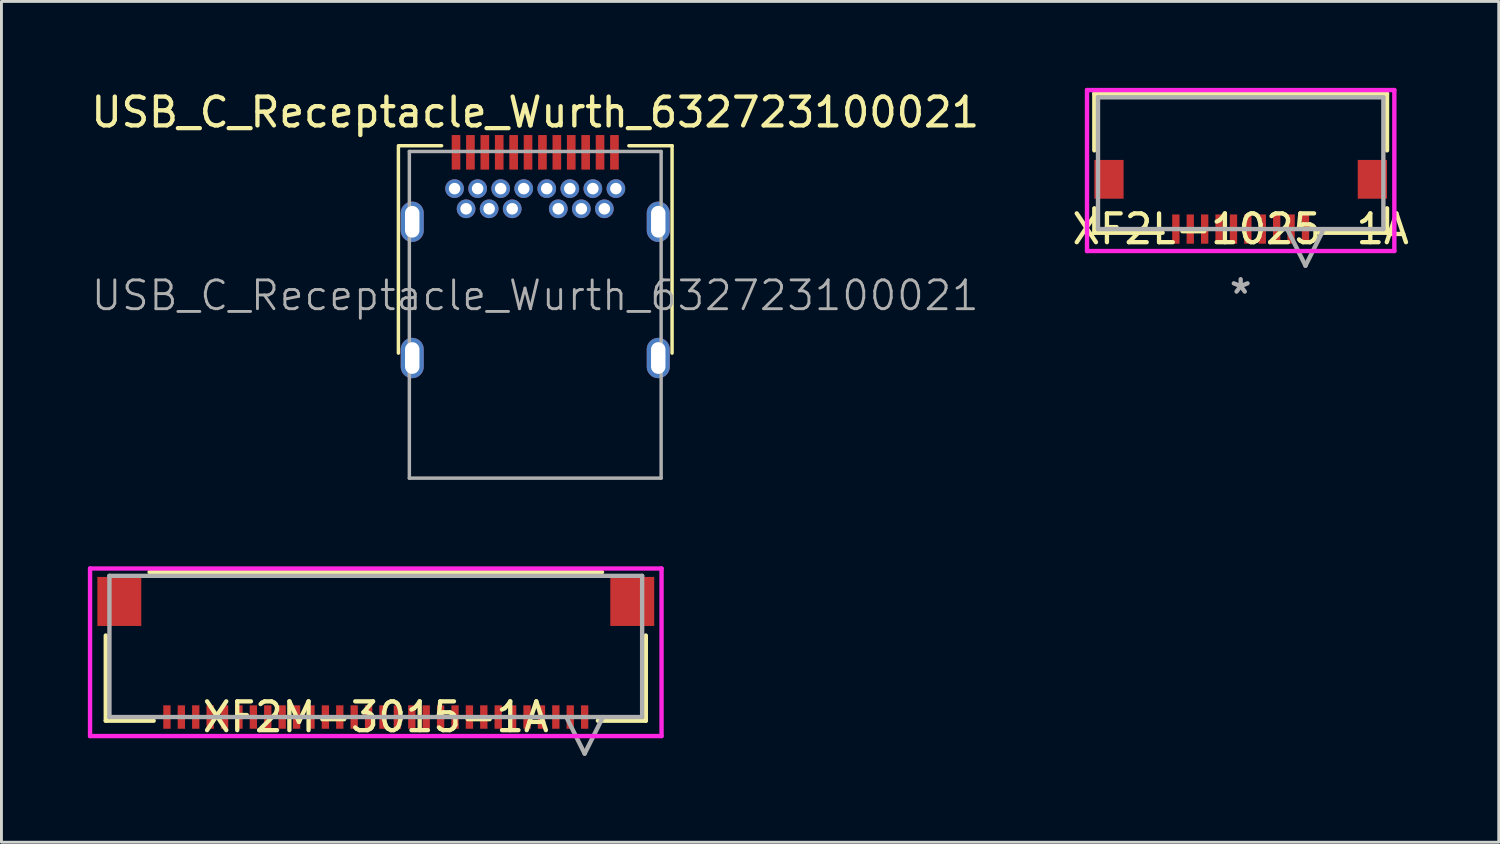
<source format=kicad_pcb>
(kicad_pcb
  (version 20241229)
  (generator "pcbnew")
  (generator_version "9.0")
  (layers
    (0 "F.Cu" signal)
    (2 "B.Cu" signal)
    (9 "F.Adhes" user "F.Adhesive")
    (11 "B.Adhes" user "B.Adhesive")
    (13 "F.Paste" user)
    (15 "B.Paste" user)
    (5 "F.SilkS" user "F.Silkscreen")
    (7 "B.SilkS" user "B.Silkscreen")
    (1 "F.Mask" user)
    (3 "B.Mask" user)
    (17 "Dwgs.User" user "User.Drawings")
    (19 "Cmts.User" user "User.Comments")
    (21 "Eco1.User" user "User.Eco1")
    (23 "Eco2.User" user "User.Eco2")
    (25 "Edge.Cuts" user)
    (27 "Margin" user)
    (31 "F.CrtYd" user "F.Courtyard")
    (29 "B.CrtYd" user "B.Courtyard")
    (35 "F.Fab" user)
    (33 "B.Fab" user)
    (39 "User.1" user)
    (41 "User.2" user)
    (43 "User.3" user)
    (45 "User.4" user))
  (footprint "XF2L-1025-1A"
    (layer "F.Cu")
    (at 40.018 3.378)
    (property "Reference" "XF2L-1025-1A" (at 0 1.524 0) (layer "F.SilkS") (effects (font (size 1 1) (thickness 0.15))))
    (attr through_hole)
    (fp_line (start -5.08 -3.175) (end -5.08 -1.209) (stroke (width 0.152) (type solid)) (layer "F.SilkS"))
    (fp_line (start -5.08 0.803) (end -5.08 1.651) (stroke (width 0.152) (type solid)) (layer "F.SilkS"))
    (fp_line (start -5.08 1.651) (end -2.71 1.651) (stroke (width 0.152) (type solid)) (layer "F.SilkS"))
    (fp_line (start 2.71 1.651) (end 5.08 1.651) (stroke (width 0.152) (type solid)) (layer "F.SilkS"))
    (fp_line (start 5.08 -3.175) (end -5.08 -3.175) (stroke (width 0.152) (type solid)) (layer "F.SilkS"))
    (fp_line (start 5.08 -1.209) (end 5.08 -3.175) (stroke (width 0.152) (type solid)) (layer "F.SilkS"))
    (fp_line (start 5.08 1.651) (end 5.08 0.803) (stroke (width 0.152) (type solid)) (layer "F.SilkS"))
    (fp_line (start -5.334 -3.302) (end -5.334 2.286) (stroke (width 0.152) (type solid)) (layer "F.CrtYd"))
    (fp_line (start -5.334 2.286) (end 5.334 2.286) (stroke (width 0.152) (type solid)) (layer "F.CrtYd"))
    (fp_line (start 5.334 -3.302) (end -5.334 -3.302) (stroke (width 0.152) (type solid)) (layer "F.CrtYd"))
    (fp_line (start 5.334 2.286) (end 5.334 -3.302) (stroke (width 0.152) (type solid)) (layer "F.CrtYd"))
    (fp_line (start -4.953 -3.048) (end -4.953 1.524) (stroke (width 0.152) (type solid)) (layer "F.Fab"))
    (fp_line (start -4.953 1.524) (end 4.953 1.524) (stroke (width 0.152) (type solid)) (layer "F.Fab"))
    (fp_line (start 1.615 1.524) (end 2.25 2.794) (stroke (width 0.152) (type solid)) (layer "F.Fab"))
    (fp_line (start 2.885 1.524) (end 2.25 2.794) (stroke (width 0.152) (type solid)) (layer "F.Fab"))
    (fp_line (start 4.953 -3.048) (end -4.953 -3.048) (stroke (width 0.152) (type solid)) (layer "F.Fab"))
    (fp_line (start 4.953 1.524) (end 4.953 -3.048) (stroke (width 0.152) (type solid)) (layer "F.Fab"))
    (fp_text user "*" (at 0 3.81 0) (layer "F.Fab") (effects (font (size 1 1) (thickness 0.15))))
    (pad "1" smd rect (at 2.25 1.524 90) (size 1.016 0.254) (layers "F.Cu" "F.Mask" "F.Paste"))
    (pad "2" smd rect (at 1.75 1.524 90) (size 1.016 0.254) (layers "F.Cu" "F.Mask" "F.Paste"))
    (pad "3" smd rect (at 1.25 1.524 90) (size 1.016 0.254) (layers "F.Cu" "F.Mask" "F.Paste"))
    (pad "4" smd rect (at 0.75 1.524 90) (size 1.016 0.254) (layers "F.Cu" "F.Mask" "F.Paste"))
    (pad "5" smd rect (at 0.25 1.524 90) (size 1.016 0.254) (layers "F.Cu" "F.Mask" "F.Paste"))
    (pad "6" smd rect (at -0.25 1.524 90) (size 1.016 0.254) (layers "F.Cu" "F.Mask" "F.Paste"))
    (pad "7" smd rect (at -0.75 1.524 90) (size 1.016 0.254) (layers "F.Cu" "F.Mask" "F.Paste"))
    (pad "8" smd rect (at -1.25 1.524 90) (size 1.016 0.254) (layers "F.Cu" "F.Mask" "F.Paste"))
    (pad "9" smd rect (at -1.75 1.524 90) (size 1.016 0.254) (layers "F.Cu" "F.Mask" "F.Paste"))
    (pad "10" smd rect (at -2.25 1.524 90) (size 1.016 0.254) (layers "F.Cu" "F.Mask" "F.Paste"))
    (pad "11" smd rect (at -4.572 -0.203) (size 1.016 1.346) (layers "F.Cu" "F.Mask" "F.Paste"))
    (pad "12" smd rect (at 4.572 -0.203) (size 1.016 1.346) (layers "F.Cu" "F.Mask" "F.Paste")))
  (footprint "USB_C_Receptacle_Wurth_632723100021"
    (layer "F.Cu")
    (at 15.53 7.208)
    (property "Reference" "USB_C_Receptacle_Wurth_632723100021" (at 0 -6.36 0) (layer "F.SilkS") (effects (font (size 1 1) (thickness 0.15))))
    (attr smd)
    (fp_line (start -4.75 -5.2) (end -3.25 -5.2) (stroke (width 0.12) (type solid)) (layer "F.SilkS"))
    (fp_line (start -4.75 -5.15) (end -4.75 2) (stroke (width 0.12) (type solid)) (layer "F.SilkS"))
    (fp_line (start 3.25 -5.2) (end 4.75 -5.2) (stroke (width 0.12) (type solid)) (layer "F.SilkS"))
    (fp_line (start 4.75 -5.2) (end 4.75 2) (stroke (width 0.12) (type solid)) (layer "F.SilkS"))
    (fp_line (start -4.37 -5) (end -4.37 6.34) (stroke (width 0.12) (type solid)) (layer "F.Fab"))
    (fp_line (start -4.37 -5) (end 4.37 -5) (stroke (width 0.12) (type solid)) (layer "F.Fab"))
    (fp_line (start -4.37 6.34) (end 4.37 6.34) (stroke (width 0.12) (type solid)) (layer "F.Fab"))
    (fp_line (start 4.37 6.34) (end 4.37 -5) (stroke (width 0.12) (type solid)) (layer "F.Fab"))
    (fp_text user "${REFERENCE}" (at 0 0 0) (layer "F.Fab") (effects (font (size 1 1) (thickness 0.1))))
    (pad "" thru_hole circle (at -2 -3.71) (size 0.65 0.65) (drill 0.4) (layers "*.Cu" "*.Mask"))
    (pad "" thru_hole circle (at 2 -3.71) (size 0.65 0.65) (drill 0.4) (layers "*.Cu" "*.Mask"))
    (pad "A1" smd rect (at -2.75 -4.97) (size 0.3 1.2) (layers "F.Cu" "F.Mask" "F.Paste"))
    (pad "A2" smd rect (at -2.25 -4.97) (size 0.3 1.2) (layers "F.Cu" "F.Mask" "F.Paste"))
    (pad "A3" smd rect (at -1.75 -4.97) (size 0.3 1.2) (layers "F.Cu" "F.Mask" "F.Paste"))
    (pad "A4" smd rect (at -1.25 -4.97) (size 0.3 1.2) (layers "F.Cu" "F.Mask" "F.Paste"))
    (pad "A5" smd rect (at -0.75 -4.97) (size 0.3 1.2) (layers "F.Cu" "F.Mask" "F.Paste"))
    (pad "A6" smd rect (at -0.25 -4.97) (size 0.3 1.2) (layers "F.Cu" "F.Mask" "F.Paste"))
    (pad "A7" smd rect (at 0.25 -4.97) (size 0.3 1.2) (layers "F.Cu" "F.Mask" "F.Paste"))
    (pad "A8" smd rect (at 0.75 -4.97) (size 0.3 1.2) (layers "F.Cu" "F.Mask" "F.Paste"))
    (pad "A9" smd rect (at 1.25 -4.97) (size 0.3 1.2) (layers "F.Cu" "F.Mask" "F.Paste"))
    (pad "A10" smd rect (at 1.75 -4.97) (size 0.3 1.2) (layers "F.Cu" "F.Mask" "F.Paste"))
    (pad "A11" smd rect (at 2.25 -4.97) (size 0.3 1.2) (layers "F.Cu" "F.Mask" "F.Paste"))
    (pad "A12" smd rect (at 2.75 -4.97) (size 0.3 1.2) (layers "F.Cu" "F.Mask" "F.Paste"))
    (pad "B1" thru_hole circle (at 2.8 -3.71) (size 0.65 0.65) (drill 0.4) (layers "*.Cu" "*.Mask"))
    (pad "B2" thru_hole circle (at 2.4 -3.01) (size 0.65 0.65) (drill 0.4) (layers "*.Cu" "*.Mask"))
    (pad "B3" thru_hole circle (at 1.6 -3.01) (size 0.65 0.65) (drill 0.4) (layers "*.Cu" "*.Mask"))
    (pad "B4" thru_hole circle (at 1.2 -3.71) (size 0.65 0.65) (drill 0.4) (layers "*.Cu" "*.Mask"))
    (pad "B5" thru_hole circle (at 0.8 -3.01) (size 0.65 0.65) (drill 0.4) (layers "*.Cu" "*.Mask"))
    (pad "B6" thru_hole circle (at 0.4 -3.71) (size 0.65 0.65) (drill 0.4) (layers "*.Cu" "*.Mask"))
    (pad "B7" thru_hole circle (at -0.4 -3.71) (size 0.65 0.65) (drill 0.4) (layers "*.Cu" "*.Mask"))
    (pad "B8" thru_hole circle (at -0.8 -3.01) (size 0.65 0.65) (drill 0.4) (layers "*.Cu" "*.Mask"))
    (pad "B9" thru_hole circle (at -1.2 -3.71) (size 0.65 0.65) (drill 0.4) (layers "*.Cu" "*.Mask"))
    (pad "B10" thru_hole circle (at -1.6 -3.01) (size 0.65 0.65) (drill 0.4) (layers "*.Cu" "*.Mask"))
    (pad "B11" thru_hole circle (at -2.4 -3.01) (size 0.65 0.65) (drill 0.4) (layers "*.Cu" "*.Mask"))
    (pad "B12" thru_hole circle (at -2.8 -3.71) (size 0.65 0.65) (drill 0.4) (layers "*.Cu" "*.Mask"))
    (pad "S1" thru_hole oval (at -4.27 -2.56) (size 0.8 1.4) (drill oval 0.5 1.1) (layers "*.Cu" "*.Mask"))
    (pad "S1" thru_hole oval (at -4.27 2.17) (size 0.8 1.4) (drill oval 0.5 1.1) (layers "*.Cu" "*.Mask"))
    (pad "S1" thru_hole oval (at 4.27 -2.56) (size 0.8 1.4) (drill oval 0.5 1.1) (layers "*.Cu" "*.Mask"))
    (pad "S1" thru_hole oval (at 4.27 2.17) (size 0.8 1.4) (drill oval 0.5 1.1) (layers "*.Cu" "*.Mask")))
  (footprint "XF2M-3015-1A"
    (layer "F.Cu")
    (at 9.995 19.847)
    (property "Reference" "XF2M-3015-1A" (at 0 1.994 0) (layer "F.SilkS") (effects (font (size 1 1) (thickness 0.15))))
    (attr through_hole)
    (fp_line (start -9.373 -0.836) (end -9.373 2.121) (stroke (width 0.152) (type solid)) (layer "F.SilkS"))
    (fp_line (start -9.373 2.121) (end -7.71 2.121) (stroke (width 0.152) (type solid)) (layer "F.SilkS"))
    (fp_line (start 7.71 2.121) (end 9.373 2.121) (stroke (width 0.152) (type solid)) (layer "F.SilkS"))
    (fp_line (start 7.852 -3.035) (end -7.852 -3.035) (stroke (width 0.152) (type solid)) (layer "F.SilkS"))
    (fp_line (start 9.373 2.121) (end 9.373 -0.836) (stroke (width 0.152) (type solid)) (layer "F.SilkS"))
    (fp_line (start -9.919 -3.162) (end -9.919 2.654) (stroke (width 0.152) (type solid)) (layer "F.CrtYd"))
    (fp_line (start -9.919 2.654) (end 9.919 2.654) (stroke (width 0.152) (type solid)) (layer "F.CrtYd"))
    (fp_line (start 9.919 -3.162) (end -9.919 -3.162) (stroke (width 0.152) (type solid)) (layer "F.CrtYd"))
    (fp_line (start 9.919 2.654) (end 9.919 -3.162) (stroke (width 0.152) (type solid)) (layer "F.CrtYd"))
    (fp_line (start -9.246 -2.908) (end -9.246 1.994) (stroke (width 0.152) (type solid)) (layer "F.Fab"))
    (fp_line (start -9.246 1.994) (end 9.246 1.994) (stroke (width 0.152) (type solid)) (layer "F.Fab"))
    (fp_line (start 6.615 1.994) (end 7.25 3.264) (stroke (width 0.152) (type solid)) (layer "F.Fab"))
    (fp_line (start 7.885 1.994) (end 7.25 3.264) (stroke (width 0.152) (type solid)) (layer "F.Fab"))
    (fp_line (start 9.246 -2.908) (end -9.246 -2.908) (stroke (width 0.152) (type solid)) (layer "F.Fab"))
    (fp_line (start 9.246 1.994) (end 9.246 -2.908) (stroke (width 0.152) (type solid)) (layer "F.Fab"))
    (pad "1" smd rect (at 7.25 1.994 90) (size 0.813 0.254) (layers "F.Cu" "F.Mask" "F.Paste"))
    (pad "2" smd rect (at 6.75 1.994 90) (size 0.813 0.254) (layers "F.Cu" "F.Mask" "F.Paste"))
    (pad "3" smd rect (at 6.25 1.994 90) (size 0.813 0.254) (layers "F.Cu" "F.Mask" "F.Paste"))
    (pad "4" smd rect (at 5.75 1.994 90) (size 0.813 0.254) (layers "F.Cu" "F.Mask" "F.Paste"))
    (pad "5" smd rect (at 5.25 1.994 90) (size 0.813 0.254) (layers "F.Cu" "F.Mask" "F.Paste"))
    (pad "6" smd rect (at 4.75 1.994 90) (size 0.813 0.254) (layers "F.Cu" "F.Mask" "F.Paste"))
    (pad "7" smd rect (at 4.25 1.994 90) (size 0.813 0.254) (layers "F.Cu" "F.Mask" "F.Paste"))
    (pad "8" smd rect (at 3.75 1.994 90) (size 0.813 0.254) (layers "F.Cu" "F.Mask" "F.Paste"))
    (pad "9" smd rect (at 3.25 1.994 90) (size 0.813 0.254) (layers "F.Cu" "F.Mask" "F.Paste"))
    (pad "10" smd rect (at 2.75 1.994 90) (size 0.813 0.254) (layers "F.Cu" "F.Mask" "F.Paste"))
    (pad "11" smd rect (at 2.25 1.994 90) (size 0.813 0.254) (layers "F.Cu" "F.Mask" "F.Paste"))
    (pad "12" smd rect (at 1.75 1.994 90) (size 0.813 0.254) (layers "F.Cu" "F.Mask" "F.Paste"))
    (pad "13" smd rect (at 1.25 1.994 90) (size 0.813 0.254) (layers "F.Cu" "F.Mask" "F.Paste"))
    (pad "14" smd rect (at 0.75 1.994 90) (size 0.813 0.254) (layers "F.Cu" "F.Mask" "F.Paste"))
    (pad "15" smd rect (at 0.25 1.994 90) (size 0.813 0.254) (layers "F.Cu" "F.Mask" "F.Paste"))
    (pad "16" smd rect (at -0.25 1.994 90) (size 0.813 0.254) (layers "F.Cu" "F.Mask" "F.Paste"))
    (pad "17" smd rect (at -0.75 1.994 90) (size 0.813 0.254) (layers "F.Cu" "F.Mask" "F.Paste"))
    (pad "18" smd rect (at -1.25 1.994 90) (size 0.813 0.254) (layers "F.Cu" "F.Mask" "F.Paste"))
    (pad "19" smd rect (at -1.75 1.994 90) (size 0.813 0.254) (layers "F.Cu" "F.Mask" "F.Paste"))
    (pad "20" smd rect (at -2.25 1.994 90) (size 0.813 0.254) (layers "F.Cu" "F.Mask" "F.Paste"))
    (pad "21" smd rect (at -2.75 1.994 90) (size 0.813 0.254) (layers "F.Cu" "F.Mask" "F.Paste"))
    (pad "22" smd rect (at -3.25 1.994 90) (size 0.813 0.254) (layers "F.Cu" "F.Mask" "F.Paste"))
    (pad "23" smd rect (at -3.75 1.994 90) (size 0.813 0.254) (layers "F.Cu" "F.Mask" "F.Paste"))
    (pad "24" smd rect (at -4.25 1.994 90) (size 0.813 0.254) (layers "F.Cu" "F.Mask" "F.Paste"))
    (pad "25" smd rect (at -4.75 1.994 90) (size 0.813 0.254) (layers "F.Cu" "F.Mask" "F.Paste"))
    (pad "26" smd rect (at -5.25 1.994 90) (size 0.813 0.254) (layers "F.Cu" "F.Mask" "F.Paste"))
    (pad "27" smd rect (at -5.75 1.994 90) (size 0.813 0.254) (layers "F.Cu" "F.Mask" "F.Paste"))
    (pad "28" smd rect (at -6.25 1.994 90) (size 0.813 0.254) (layers "F.Cu" "F.Mask" "F.Paste"))
    (pad "29" smd rect (at -6.75 1.994 90) (size 0.813 0.254) (layers "F.Cu" "F.Mask" "F.Paste"))
    (pad "30" smd rect (at -7.25 1.994 90) (size 0.813 0.254) (layers "F.Cu" "F.Mask" "F.Paste"))
    (pad "31" smd rect (at -8.903 -2.019) (size 1.524 1.702) (layers "F.Cu" "F.Mask" "F.Paste"))
    (pad "32" smd rect (at 8.903 -2.019) (size 1.524 1.702) (layers "F.Cu" "F.Mask" "F.Paste")))
  (gr_rect
    (start -3 -3)
    (end 48.976 26.187)
    (stroke (width 0.1) (type default))
    (fill no)
    (layer "Edge.Cuts")))
</source>
